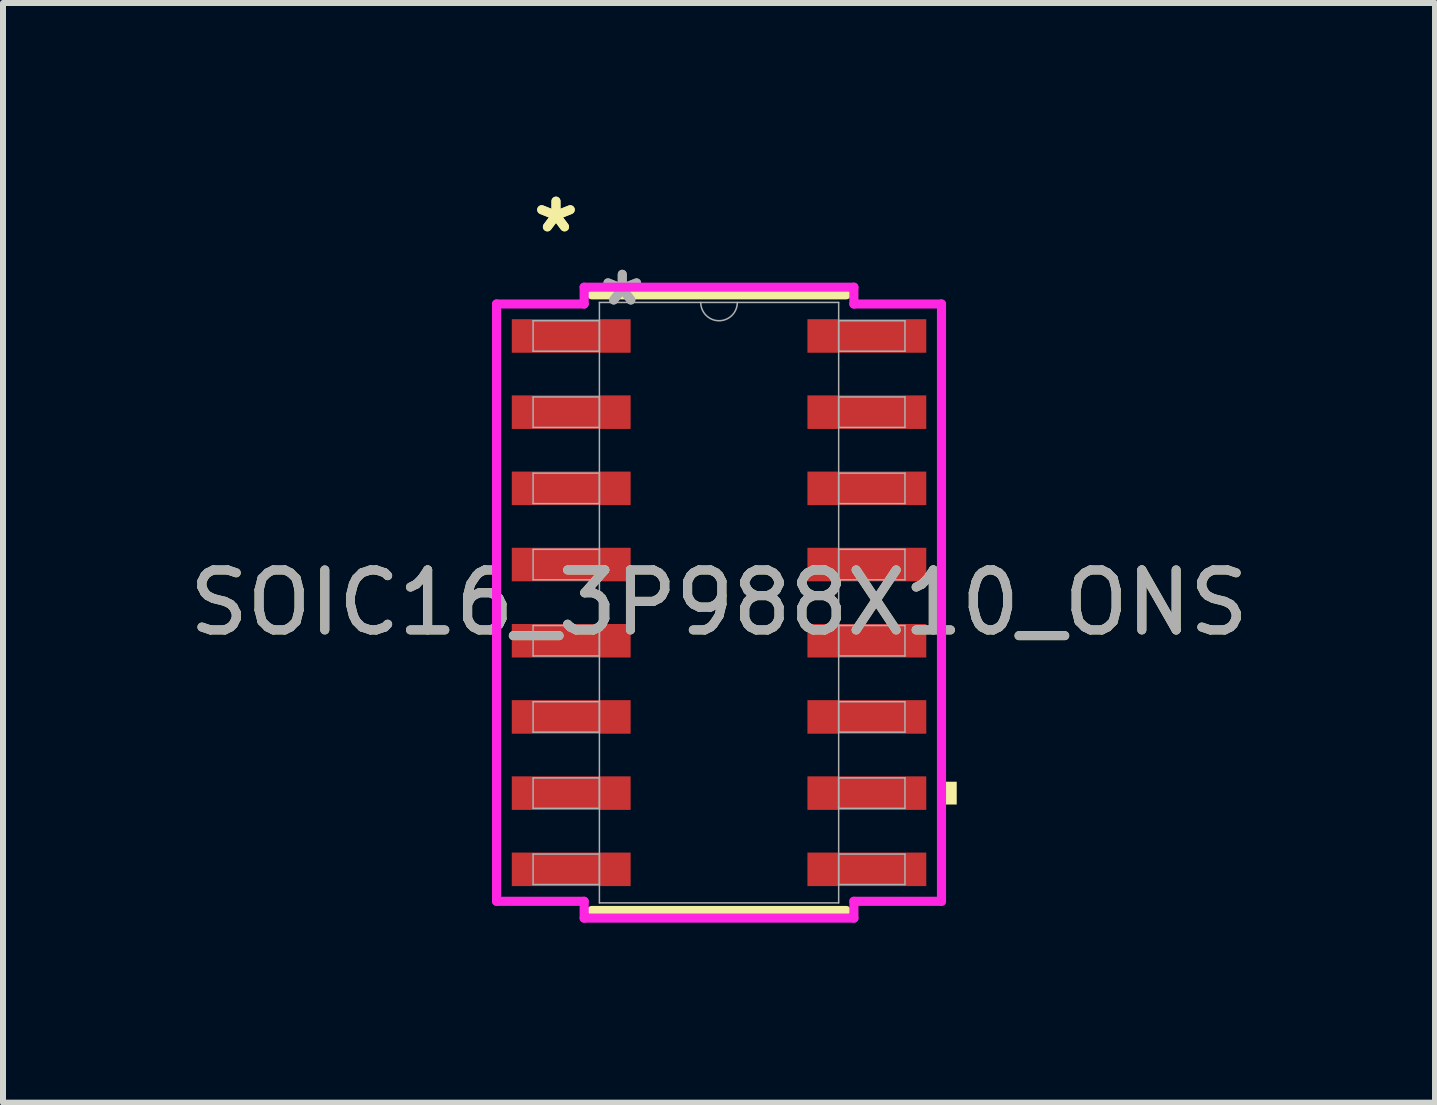
<source format=kicad_pcb>
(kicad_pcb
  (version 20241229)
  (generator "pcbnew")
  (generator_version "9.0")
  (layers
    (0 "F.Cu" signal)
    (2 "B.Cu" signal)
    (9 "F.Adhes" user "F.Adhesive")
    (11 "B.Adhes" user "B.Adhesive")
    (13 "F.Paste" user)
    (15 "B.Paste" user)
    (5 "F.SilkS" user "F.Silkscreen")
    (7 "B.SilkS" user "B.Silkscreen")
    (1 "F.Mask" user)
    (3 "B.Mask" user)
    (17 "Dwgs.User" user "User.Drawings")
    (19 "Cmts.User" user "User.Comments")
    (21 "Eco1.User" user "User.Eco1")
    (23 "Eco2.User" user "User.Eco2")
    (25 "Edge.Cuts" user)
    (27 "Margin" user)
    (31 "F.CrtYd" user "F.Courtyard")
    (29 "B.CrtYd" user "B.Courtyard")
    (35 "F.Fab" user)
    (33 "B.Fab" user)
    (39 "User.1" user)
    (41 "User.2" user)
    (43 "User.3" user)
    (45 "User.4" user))
  (footprint "SOIC16_3P988X10_ONS"
    (layer "F.Cu")
    (at 8.935 6.995)
    (property "Reference" "SOIC16_3P988X10_ONS" (at 0 0 0) (unlocked yes) (layer "F.SilkS") (effects (font (size 1 1) (thickness 0.15))))
    (attr smd)
    (fp_line (start -2.121 5.131) (end 2.121 5.131) (stroke (width 0.152) (type solid)) (layer "F.SilkS"))
    (fp_line (start 2.121 -5.131) (end -2.121 -5.131) (stroke (width 0.152) (type solid)) (layer "F.SilkS"))
    (fp_poly (pts (xy 3.962 2.985) (xy 3.962 3.365) (xy 3.708 3.365) (xy 3.708 2.985)) (stroke (width 0) (type solid)) (fill yes) (layer "F.SilkS"))
    (fp_line (start -3.708 -4.978) (end -2.248 -4.978) (stroke (width 0.152) (type solid)) (layer "F.CrtYd"))
    (fp_line (start -3.708 4.978) (end -3.708 -4.978) (stroke (width 0.152) (type solid)) (layer "F.CrtYd"))
    (fp_line (start -3.708 4.978) (end -2.248 4.978) (stroke (width 0.152) (type solid)) (layer "F.CrtYd"))
    (fp_line (start -2.248 -5.258) (end 2.248 -5.258) (stroke (width 0.152) (type solid)) (layer "F.CrtYd"))
    (fp_line (start -2.248 -4.978) (end -2.248 -5.258) (stroke (width 0.152) (type solid)) (layer "F.CrtYd"))
    (fp_line (start -2.248 5.258) (end -2.248 4.978) (stroke (width 0.152) (type solid)) (layer "F.CrtYd"))
    (fp_line (start 2.248 -5.258) (end 2.248 -4.978) (stroke (width 0.152) (type solid)) (layer "F.CrtYd"))
    (fp_line (start 2.248 4.978) (end 2.248 5.258) (stroke (width 0.152) (type solid)) (layer "F.CrtYd"))
    (fp_line (start 2.248 5.258) (end -2.248 5.258) (stroke (width 0.152) (type solid)) (layer "F.CrtYd"))
    (fp_line (start 3.708 -4.978) (end 2.248 -4.978) (stroke (width 0.152) (type solid)) (layer "F.CrtYd"))
    (fp_line (start 3.708 -4.978) (end 3.708 4.978) (stroke (width 0.152) (type solid)) (layer "F.CrtYd"))
    (fp_line (start 3.708 4.978) (end 2.248 4.978) (stroke (width 0.152) (type solid)) (layer "F.CrtYd"))
    (fp_line (start -3.099 -4.699) (end -3.099 -4.191) (stroke (width 0.025) (type solid)) (layer "F.Fab"))
    (fp_line (start -3.099 -4.191) (end -1.994 -4.191) (stroke (width 0.025) (type solid)) (layer "F.Fab"))
    (fp_line (start -3.099 -3.429) (end -3.099 -2.921) (stroke (width 0.025) (type solid)) (layer "F.Fab"))
    (fp_line (start -3.099 -2.921) (end -1.994 -2.921) (stroke (width 0.025) (type solid)) (layer "F.Fab"))
    (fp_line (start -3.099 -2.159) (end -3.099 -1.651) (stroke (width 0.025) (type solid)) (layer "F.Fab"))
    (fp_line (start -3.099 -1.651) (end -1.994 -1.651) (stroke (width 0.025) (type solid)) (layer "F.Fab"))
    (fp_line (start -3.099 -0.889) (end -3.099 -0.381) (stroke (width 0.025) (type solid)) (layer "F.Fab"))
    (fp_line (start -3.099 -0.381) (end -1.994 -0.381) (stroke (width 0.025) (type solid)) (layer "F.Fab"))
    (fp_line (start -3.099 0.381) (end -3.099 0.889) (stroke (width 0.025) (type solid)) (layer "F.Fab"))
    (fp_line (start -3.099 0.889) (end -1.994 0.889) (stroke (width 0.025) (type solid)) (layer "F.Fab"))
    (fp_line (start -3.099 1.651) (end -3.099 2.159) (stroke (width 0.025) (type solid)) (layer "F.Fab"))
    (fp_line (start -3.099 2.159) (end -1.994 2.159) (stroke (width 0.025) (type solid)) (layer "F.Fab"))
    (fp_line (start -3.099 2.921) (end -3.099 3.429) (stroke (width 0.025) (type solid)) (layer "F.Fab"))
    (fp_line (start -3.099 3.429) (end -1.994 3.429) (stroke (width 0.025) (type solid)) (layer "F.Fab"))
    (fp_line (start -3.099 4.191) (end -3.099 4.699) (stroke (width 0.025) (type solid)) (layer "F.Fab"))
    (fp_line (start -3.099 4.699) (end -1.994 4.699) (stroke (width 0.025) (type solid)) (layer "F.Fab"))
    (fp_line (start -1.994 -5.004) (end -1.994 5.004) (stroke (width 0.025) (type solid)) (layer "F.Fab"))
    (fp_line (start -1.994 -4.699) (end -3.099 -4.699) (stroke (width 0.025) (type solid)) (layer "F.Fab"))
    (fp_line (start -1.994 -4.191) (end -1.994 -4.699) (stroke (width 0.025) (type solid)) (layer "F.Fab"))
    (fp_line (start -1.994 -3.429) (end -3.099 -3.429) (stroke (width 0.025) (type solid)) (layer "F.Fab"))
    (fp_line (start -1.994 -2.921) (end -1.994 -3.429) (stroke (width 0.025) (type solid)) (layer "F.Fab"))
    (fp_line (start -1.994 -2.159) (end -3.099 -2.159) (stroke (width 0.025) (type solid)) (layer "F.Fab"))
    (fp_line (start -1.994 -1.651) (end -1.994 -2.159) (stroke (width 0.025) (type solid)) (layer "F.Fab"))
    (fp_line (start -1.994 -0.889) (end -3.099 -0.889) (stroke (width 0.025) (type solid)) (layer "F.Fab"))
    (fp_line (start -1.994 -0.381) (end -1.994 -0.889) (stroke (width 0.025) (type solid)) (layer "F.Fab"))
    (fp_line (start -1.994 0.381) (end -3.099 0.381) (stroke (width 0.025) (type solid)) (layer "F.Fab"))
    (fp_line (start -1.994 0.889) (end -1.994 0.381) (stroke (width 0.025) (type solid)) (layer "F.Fab"))
    (fp_line (start -1.994 1.651) (end -3.099 1.651) (stroke (width 0.025) (type solid)) (layer "F.Fab"))
    (fp_line (start -1.994 2.159) (end -1.994 1.651) (stroke (width 0.025) (type solid)) (layer "F.Fab"))
    (fp_line (start -1.994 2.921) (end -3.099 2.921) (stroke (width 0.025) (type solid)) (layer "F.Fab"))
    (fp_line (start -1.994 3.429) (end -1.994 2.921) (stroke (width 0.025) (type solid)) (layer "F.Fab"))
    (fp_line (start -1.994 4.191) (end -3.099 4.191) (stroke (width 0.025) (type solid)) (layer "F.Fab"))
    (fp_line (start -1.994 4.699) (end -1.994 4.191) (stroke (width 0.025) (type solid)) (layer "F.Fab"))
    (fp_line (start -1.994 5.004) (end 1.994 5.004) (stroke (width 0.025) (type solid)) (layer "F.Fab"))
    (fp_line (start 1.994 -5.004) (end -1.994 -5.004) (stroke (width 0.025) (type solid)) (layer "F.Fab"))
    (fp_line (start 1.994 -4.699) (end 1.994 -4.191) (stroke (width 0.025) (type solid)) (layer "F.Fab"))
    (fp_line (start 1.994 -4.191) (end 3.099 -4.191) (stroke (width 0.025) (type solid)) (layer "F.Fab"))
    (fp_line (start 1.994 -3.429) (end 1.994 -2.921) (stroke (width 0.025) (type solid)) (layer "F.Fab"))
    (fp_line (start 1.994 -2.921) (end 3.099 -2.921) (stroke (width 0.025) (type solid)) (layer "F.Fab"))
    (fp_line (start 1.994 -2.159) (end 1.994 -1.651) (stroke (width 0.025) (type solid)) (layer "F.Fab"))
    (fp_line (start 1.994 -1.651) (end 3.099 -1.651) (stroke (width 0.025) (type solid)) (layer "F.Fab"))
    (fp_line (start 1.994 -0.889) (end 1.994 -0.381) (stroke (width 0.025) (type solid)) (layer "F.Fab"))
    (fp_line (start 1.994 -0.381) (end 3.099 -0.381) (stroke (width 0.025) (type solid)) (layer "F.Fab"))
    (fp_line (start 1.994 0.381) (end 1.994 0.889) (stroke (width 0.025) (type solid)) (layer "F.Fab"))
    (fp_line (start 1.994 0.889) (end 3.099 0.889) (stroke (width 0.025) (type solid)) (layer "F.Fab"))
    (fp_line (start 1.994 1.651) (end 1.994 2.159) (stroke (width 0.025) (type solid)) (layer "F.Fab"))
    (fp_line (start 1.994 2.159) (end 3.099 2.159) (stroke (width 0.025) (type solid)) (layer "F.Fab"))
    (fp_line (start 1.994 2.921) (end 1.994 3.429) (stroke (width 0.025) (type solid)) (layer "F.Fab"))
    (fp_line (start 1.994 3.429) (end 3.099 3.429) (stroke (width 0.025) (type solid)) (layer "F.Fab"))
    (fp_line (start 1.994 4.191) (end 1.994 4.699) (stroke (width 0.025) (type solid)) (layer "F.Fab"))
    (fp_line (start 1.994 4.699) (end 3.099 4.699) (stroke (width 0.025) (type solid)) (layer "F.Fab"))
    (fp_line (start 1.994 5.004) (end 1.994 -5.004) (stroke (width 0.025) (type solid)) (layer "F.Fab"))
    (fp_line (start 3.099 -4.699) (end 1.994 -4.699) (stroke (width 0.025) (type solid)) (layer "F.Fab"))
    (fp_line (start 3.099 -4.191) (end 3.099 -4.699) (stroke (width 0.025) (type solid)) (layer "F.Fab"))
    (fp_line (start 3.099 -3.429) (end 1.994 -3.429) (stroke (width 0.025) (type solid)) (layer "F.Fab"))
    (fp_line (start 3.099 -2.921) (end 3.099 -3.429) (stroke (width 0.025) (type solid)) (layer "F.Fab"))
    (fp_line (start 3.099 -2.159) (end 1.994 -2.159) (stroke (width 0.025) (type solid)) (layer "F.Fab"))
    (fp_line (start 3.099 -1.651) (end 3.099 -2.159) (stroke (width 0.025) (type solid)) (layer "F.Fab"))
    (fp_line (start 3.099 -0.889) (end 1.994 -0.889) (stroke (width 0.025) (type solid)) (layer "F.Fab"))
    (fp_line (start 3.099 -0.381) (end 3.099 -0.889) (stroke (width 0.025) (type solid)) (layer "F.Fab"))
    (fp_line (start 3.099 0.381) (end 1.994 0.381) (stroke (width 0.025) (type solid)) (layer "F.Fab"))
    (fp_line (start 3.099 0.889) (end 3.099 0.381) (stroke (width 0.025) (type solid)) (layer "F.Fab"))
    (fp_line (start 3.099 1.651) (end 1.994 1.651) (stroke (width 0.025) (type solid)) (layer "F.Fab"))
    (fp_line (start 3.099 2.159) (end 3.099 1.651) (stroke (width 0.025) (type solid)) (layer "F.Fab"))
    (fp_line (start 3.099 2.921) (end 1.994 2.921) (stroke (width 0.025) (type solid)) (layer "F.Fab"))
    (fp_line (start 3.099 3.429) (end 3.099 2.921) (stroke (width 0.025) (type solid)) (layer "F.Fab"))
    (fp_line (start 3.099 4.191) (end 1.994 4.191) (stroke (width 0.025) (type solid)) (layer "F.Fab"))
    (fp_line (start 3.099 4.699) (end 3.099 4.191) (stroke (width 0.025) (type solid)) (layer "F.Fab"))
    (fp_arc (start 0.3048 -5.0038) (mid 0 -4.699) (end -0.3048 -5.0038) (stroke (width 0.0254) (type solid)) (layer "F.Fab"))
    (fp_text user "*" (at -2.718 -6.147 0) (unlocked yes) (layer "F.SilkS") (effects (font (size 1 1) (thickness 0.15))))
    (fp_text user "*" (at -2.718 -6.147 0) (layer "F.SilkS") (effects (font (size 1 1) (thickness 0.15))))
    (fp_text user "*" (at -1.613 -4.928 0) (layer "F.Fab") (effects (font (size 1 1) (thickness 0.15))))
    (fp_text user "*" (at -1.613 -4.928 0) (unlocked yes) (layer "F.Fab") (effects (font (size 1 1) (thickness 0.15))))
    (fp_text user "${REFERENCE}" (at 0 0 0) (unlocked yes) (layer "F.Fab") (effects (font (size 1 1) (thickness 0.15))))
    (pad "1" smd rect (at -2.464 -4.445) (size 1.981 0.559) (layers "F.Cu" "F.Mask" "F.Paste"))
    (pad "2" smd rect (at -2.464 -3.175) (size 1.981 0.559) (layers "F.Cu" "F.Mask" "F.Paste"))
    (pad "3" smd rect (at -2.464 -1.905) (size 1.981 0.559) (layers "F.Cu" "F.Mask" "F.Paste"))
    (pad "4" smd rect (at -2.464 -0.635) (size 1.981 0.559) (layers "F.Cu" "F.Mask" "F.Paste"))
    (pad "5" smd rect (at -2.464 0.635) (size 1.981 0.559) (layers "F.Cu" "F.Mask" "F.Paste"))
    (pad "6" smd rect (at -2.464 1.905) (size 1.981 0.559) (layers "F.Cu" "F.Mask" "F.Paste"))
    (pad "7" smd rect (at -2.464 3.175) (size 1.981 0.559) (layers "F.Cu" "F.Mask" "F.Paste"))
    (pad "8" smd rect (at -2.464 4.445) (size 1.981 0.559) (layers "F.Cu" "F.Mask" "F.Paste"))
    (pad "9" smd rect (at 2.464 4.445) (size 1.981 0.559) (layers "F.Cu" "F.Mask" "F.Paste"))
    (pad "10" smd rect (at 2.464 3.175) (size 1.981 0.559) (layers "F.Cu" "F.Mask" "F.Paste"))
    (pad "11" smd rect (at 2.464 1.905) (size 1.981 0.559) (layers "F.Cu" "F.Mask" "F.Paste"))
    (pad "12" smd rect (at 2.464 0.635) (size 1.981 0.559) (layers "F.Cu" "F.Mask" "F.Paste"))
    (pad "13" smd rect (at 2.464 -0.635) (size 1.981 0.559) (layers "F.Cu" "F.Mask" "F.Paste"))
    (pad "14" smd rect (at 2.464 -1.905) (size 1.981 0.559) (layers "F.Cu" "F.Mask" "F.Paste"))
    (pad "15" smd rect (at 2.464 -3.175) (size 1.981 0.559) (layers "F.Cu" "F.Mask" "F.Paste"))
    (pad "16" smd rect (at 2.464 -4.445) (size 1.981 0.559) (layers "F.Cu" "F.Mask" "F.Paste")))
  (gr_rect
    (start -3 -3)
    (end 20.869 15.329)
    (stroke (width 0.1) (type default))
    (fill no)
    (layer "Edge.Cuts")))
</source>
